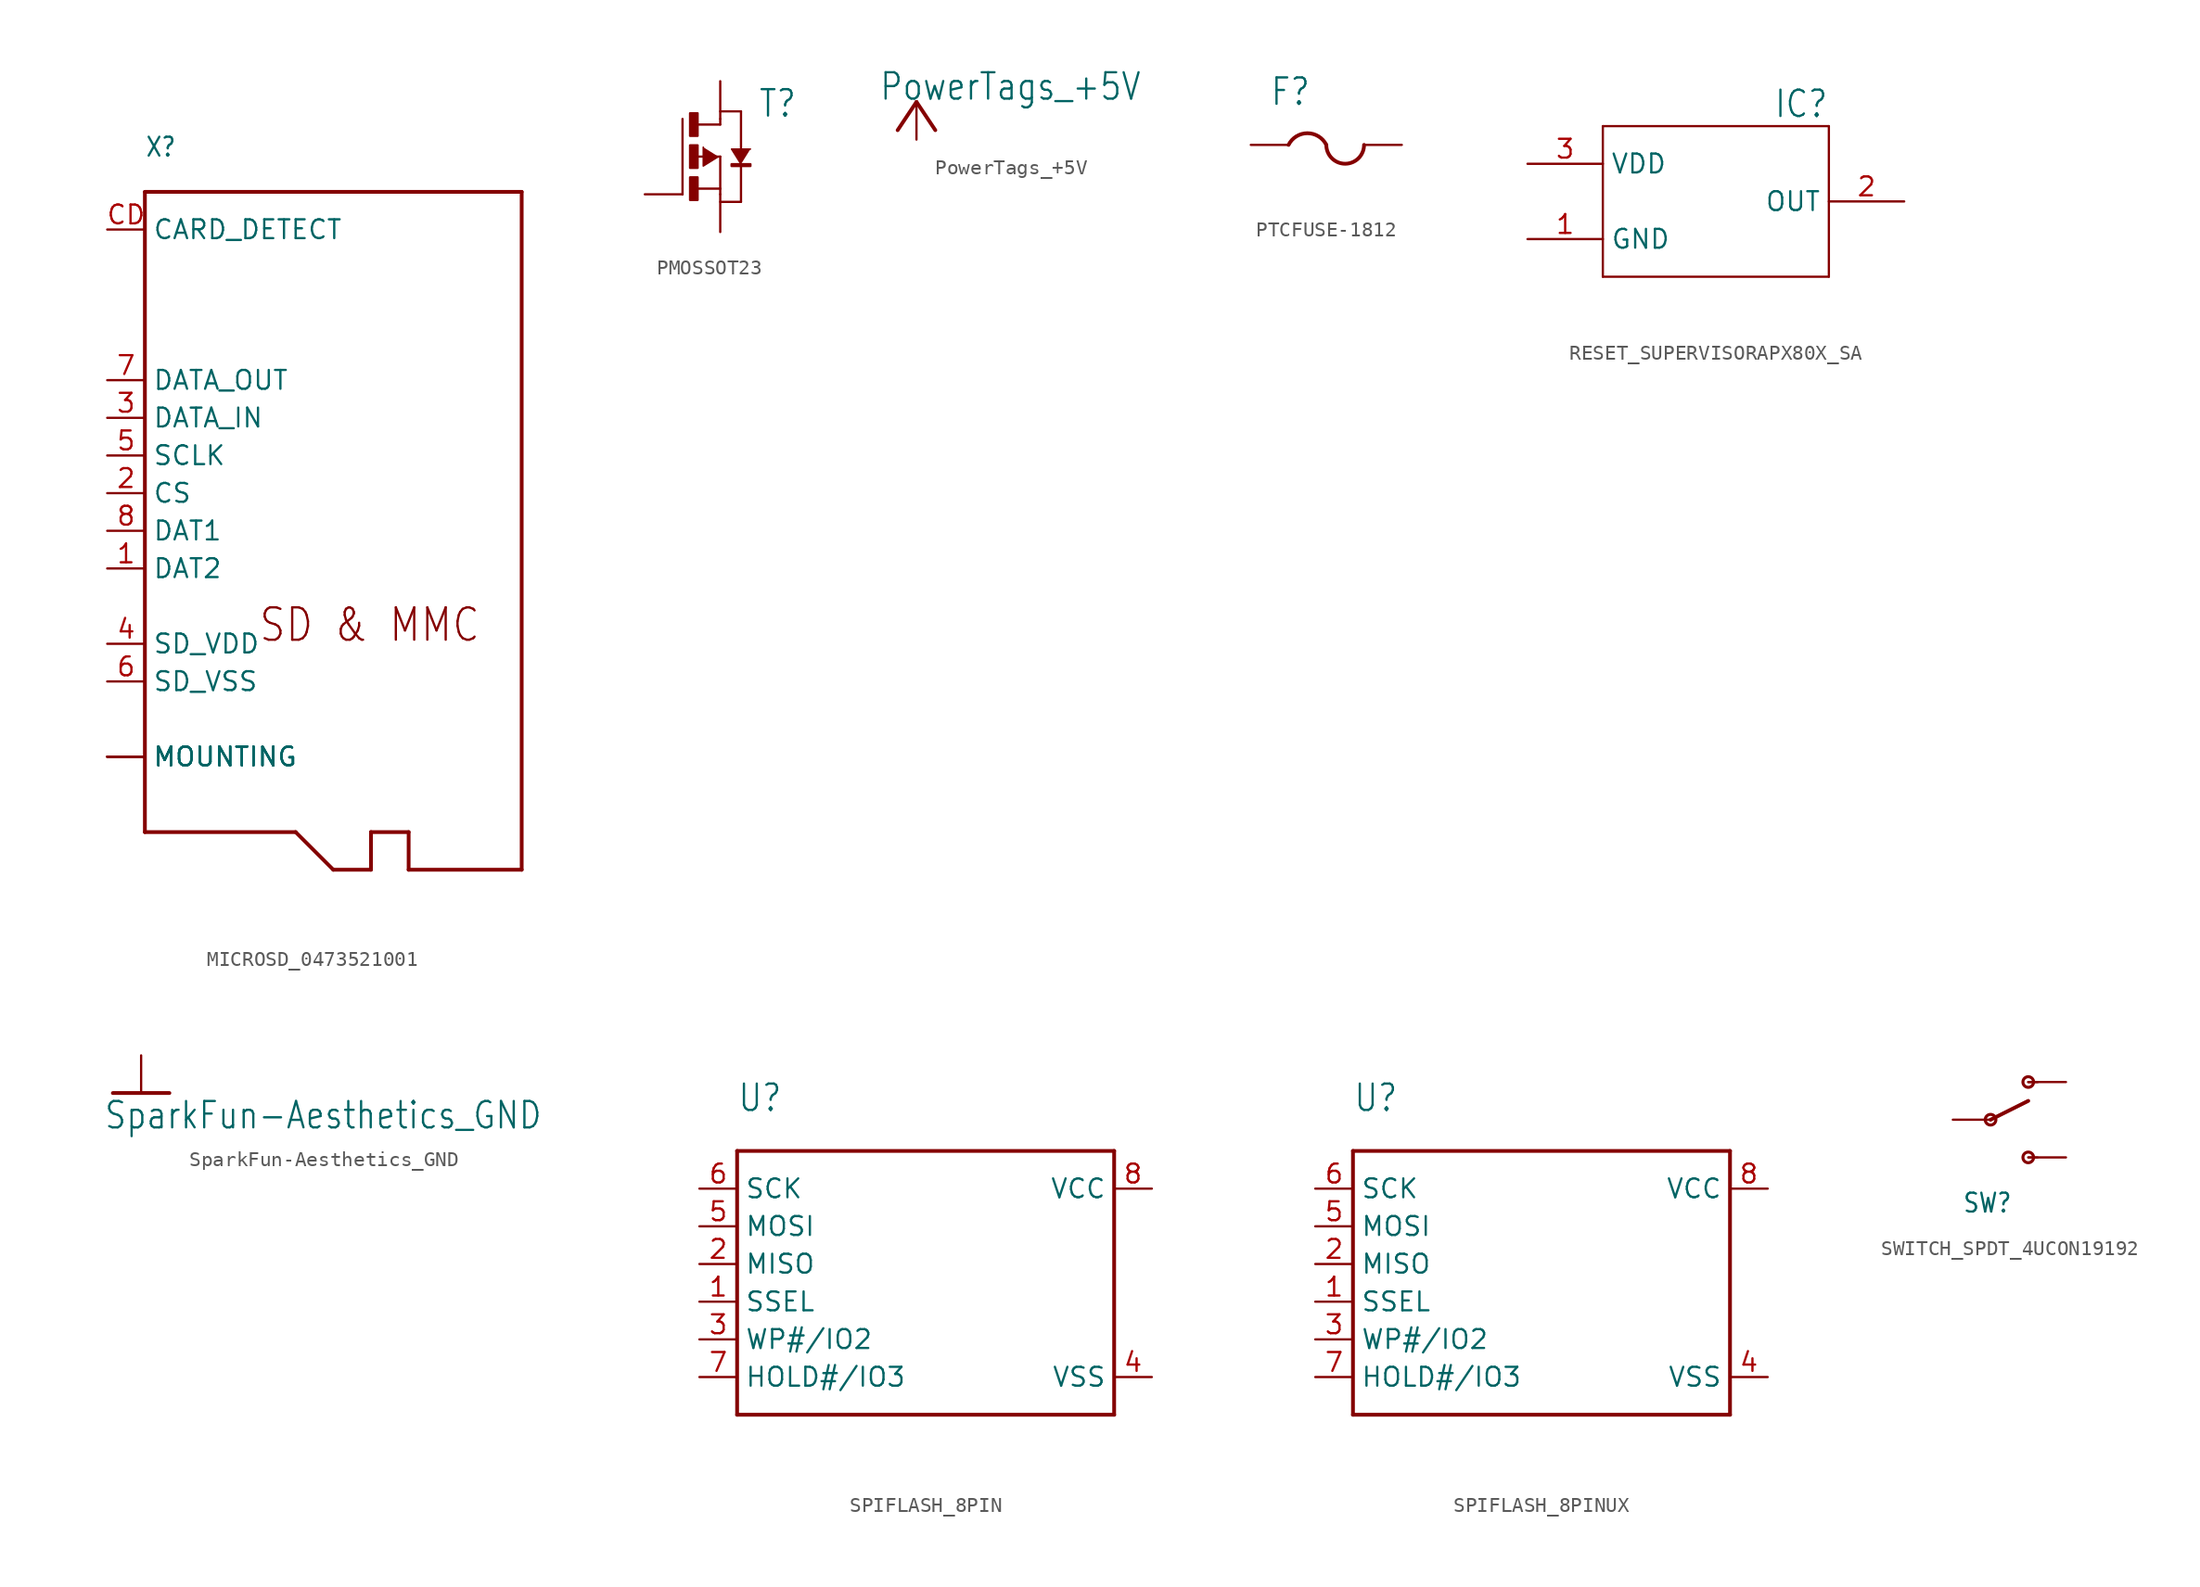
<source format=kicad_sym>
(kicad_symbol_lib
  (version 20220914)
  (generator kicad_symbol_editor)
  (symbol "MICROSD_0473521001"
    (property "Reference" "X"
      (at -12.7 22.606 0)
      (effects (font (size 1.27 1.079)) (justify left bottom)))
    (property "Value" ""
      (at -12.7 20.828 0)
      (effects (font (size 1.27 1.079)) (justify left bottom)))
    (property "ki_locked" ""
      (at 0 0 0)
      (effects (font (size 1.27 1.27))))
    (symbol "MICROSD_0473521001_1_0"
      (polyline (pts (xy -12.7 -22.86) (xy -2.54 -22.86)) (stroke (width 0.254) (type solid)) (fill (type none)))
      (polyline (pts (xy -12.7 20.32) (xy -12.7 -22.86)) (stroke (width 0.254) (type solid)) (fill (type none)))
      (polyline (pts (xy -2.54 -22.86) (xy 0 -25.4)) (stroke (width 0.254) (type solid)) (fill (type none)))
      (polyline (pts (xy 0 -25.4) (xy 2.54 -25.4)) (stroke (width 0.254) (type solid)) (fill (type none)))
      (polyline (pts (xy 2.54 -25.4) (xy 2.54 -22.86)) (stroke (width 0.254) (type solid)) (fill (type none)))
      (polyline (pts (xy 2.54 -22.86) (xy 5.08 -22.86)) (stroke (width 0.254) (type solid)) (fill (type none)))
      (polyline (pts (xy 5.08 -25.4) (xy 12.7 -25.4)) (stroke (width 0.254) (type solid)) (fill (type none)))
      (polyline (pts (xy 5.08 -22.86) (xy 5.08 -25.4)) (stroke (width 0.254) (type solid)) (fill (type none)))
      (polyline (pts (xy 12.7 -25.4) (xy 12.7 20.32)) (stroke (width 0.254) (type solid)) (fill (type none)))
      (polyline (pts (xy 12.7 20.32) (xy -12.7 20.32)) (stroke (width 0.254) (type solid)) (fill (type none)))
      (text "SD & MMC" (at -5.08 -10.16 0) (effects (font (size 2.184 1.857)) (justify left bottom)))
      (pin bidirectional line (at -15.24 -5.08 0) (length 2.54) (name "DAT2" (effects (font (size 1.27 1.27)))) (number "1" (effects (font (size 1.27 1.27)))))
      (pin input line (at -15.24 0 0) (length 2.54) (name "CS" (effects (font (size 1.27 1.27)))) (number "2" (effects (font (size 1.27 1.27)))))
      (pin input line (at -15.24 5.08 0) (length 2.54) (name "DATA_IN" (effects (font (size 1.27 1.27)))) (number "3" (effects (font (size 1.27 1.27)))))
      (pin power_in line (at -15.24 -10.16 0) (length 2.54) (name "SD_VDD" (effects (font (size 1.27 1.27)))) (number "4" (effects (font (size 1.27 1.27)))))
      (pin input line (at -15.24 2.54 0) (length 2.54) (name "SCLK" (effects (font (size 1.27 1.27)))) (number "5" (effects (font (size 1.27 1.27)))))
      (pin power_in line (at -15.24 -12.7 0) (length 2.54) (name "SD_VSS" (effects (font (size 1.27 1.27)))) (number "6" (effects (font (size 1.27 1.27)))))
      (pin output line (at -15.24 7.62 0) (length 2.54) (name "DATA_OUT" (effects (font (size 1.27 1.27)))) (number "7" (effects (font (size 1.27 1.27)))))
      (pin bidirectional line (at -15.24 -2.54 0) (length 2.54) (name "DAT1" (effects (font (size 1.27 1.27)))) (number "8" (effects (font (size 1.27 1.27)))))
      (pin passive line (at -15.24 17.78 0) (length 2.54) (name "CARD_DETECT" (effects (font (size 1.27 1.27)))) (number "CD" (effects (font (size 1.27 1.27)))))
      (pin passive line (at -15.24 -17.78 0) (length 2.54) (name "MOUNTING" (effects (font (size 1.27 1.27)))) (number "MT1" (effects (font (size 0 0)))))
      (pin passive line (at -15.24 -17.78 0) (length 2.54) (name "MOUNTING" (effects (font (size 1.27 1.27)))) (number "MT2" (effects (font (size 0 0)))))
      (pin passive line (at -15.24 -17.78 0) (length 2.54) (name "MOUNTING" (effects (font (size 1.27 1.27)))) (number "MT3" (effects (font (size 0 0)))))
      (pin passive line (at -15.24 -17.78 0) (length 2.54) (name "MOUNTING" (effects (font (size 1.27 1.27)))) (number "MT4" (effects (font (size 0 0)))))))
  (symbol "PMOSSOT23"
    (property "Reference" "T"
      (at 2.54 2.54 0)
      (effects (font (size 1.778 1.511)) (justify left bottom)))
    (property "Value" ""
      (at 2.54 0 0)
      (effects (font (size 1.778 1.511)) (justify left bottom)))
    (property "ki_locked" ""
      (at 0 0 0)
      (effects (font (size 1.27 1.27))))
    (symbol "PMOSSOT23_1_0"
      (rectangle (start -2.032 -2.921) (end -1.524 -1.397) (stroke (width 0) (type default)) (fill (type outline)))
      (rectangle (start -2.032 -0.762) (end -1.524 0.762) (stroke (width 0) (type default)) (fill (type outline)))
      (rectangle (start -2.032 1.397) (end -1.524 2.921) (stroke (width 0) (type default)) (fill (type outline)))
      (polyline (pts (xy -2.54 -2.54) (xy -2.54 2.54)) (stroke (width 0.152) (type solid)) (fill (type none)))
      (polyline (pts (xy -1.651 0) (xy 0 0)) (stroke (width 0.152) (type solid)) (fill (type none)))
      (polyline (pts (xy -1.524 -2.159) (xy 0 -2.159)) (stroke (width 0.152) (type solid)) (fill (type none)))
      (polyline (pts (xy -1.524 2.159) (xy 0 2.159)) (stroke (width 0.152) (type solid)) (fill (type none)))
      (polyline (pts (xy 0 -2.159) (xy 0 -2.54)) (stroke (width 0.152) (type solid)) (fill (type none)))
      (polyline (pts (xy 0 0) (xy 0 -2.159)) (stroke (width 0.152) (type solid)) (fill (type none)))
      (polyline (pts (xy 0 2.159) (xy 0 2.54)) (stroke (width 0.152) (type solid)) (fill (type none)))
      (polyline (pts (xy 0 3.048) (xy 1.397 3.048)) (stroke (width 0.152) (type solid)) (fill (type none)))
      (polyline (pts (xy 1.397 -3.048) (xy 0 -3.048)) (stroke (width 0.152) (type solid)) (fill (type none)))
      (polyline (pts (xy 1.397 -0.508) (xy 1.397 -3.048)) (stroke (width 0.152) (type solid)) (fill (type none)))
      (polyline (pts (xy 1.397 3.048) (xy 1.397 0.381)) (stroke (width 0.152) (type solid)) (fill (type none)))
      (polyline (pts (xy -0.127 0) (xy -1.143 -0.635) (xy -1.143 0.635)) (stroke (width 0.102) (type solid)) (fill (type outline)))
      (polyline (pts (xy 1.397 -0.508) (xy 0.762 0.508) (xy 2.032 0.508)) (stroke (width 0.102) (type solid)) (fill (type outline)))
      (rectangle (start 0.762 -0.635) (end 2.032 -0.508) (stroke (width 0) (type default)) (fill (type outline)))
      (pin passive line (at 0 5.08 270) (length 2.54) (name "D" (effects (font (size 0 0)))) (number "1" (effects (font (size 0 0)))))
      (pin passive line (at 0 -5.08 90) (length 2.54) (name "S" (effects (font (size 0 0)))) (number "2" (effects (font (size 0 0)))))
      (pin passive line (at -5.08 -2.54 0) (length 2.54) (name "G" (effects (font (size 0 0)))) (number "3" (effects (font (size 0 0)))))))
  (symbol "PowerTags_+5V"
    (power)
    (property "Reference" "#P+"
      (at 0 0 0)
      (effects (font (size 1.27 1.27)) hide))
    (property "Value" "PowerTags_+5V"
      (at -2.54 0 0)
      (effects (font (size 1.778 1.511)) (justify left bottom)))
    (property "ki_locked" ""
      (at 0 0 0)
      (effects (font (size 1.27 1.27))))
    (symbol "PowerTags_+5V_1_0"
      (polyline (pts (xy 0 0) (xy -1.27 -1.905)) (stroke (width 0.254) (type solid)) (fill (type none)))
      (polyline (pts (xy 1.27 -1.905) (xy 0 0)) (stroke (width 0.254) (type solid)) (fill (type none)))
      (pin power_in line (at 0 -2.54 90) (length 2.54) (name "+5V" (effects (font (size 0 0)))) (number "1" (effects (font (size 0 0)))))))
  (symbol "PTCFUSE-1812"
    (property "Reference" "F"
      (at -3.81 5.08 0)
      (effects (font (size 1.778 1.511)) (justify left bottom)))
    (property "Value" ""
      (at -3.81 -1.27 0)
      (effects (font (size 1.778 1.511)) (justify left bottom)))
    (property "ki_locked" ""
      (at 0 0 0)
      (effects (font (size 1.27 1.27))))
    (symbol "PTCFUSE-1812_1_0"
      (arc (start 0 2.54) (mid -1.27 3.3249) (end -2.54 2.54) (stroke (width 0.254) (type solid)) (fill (type none)))
      (arc (start 0 2.54) (mid 1.27 1.27) (end 2.54 2.54) (stroke (width 0.254) (type solid)) (fill (type none)))
      (pin passive line (at -5.08 2.54 0) (length 2.54) (name "1" (effects (font (size 0 0)))) (number "1" (effects (font (size 0 0)))))
      (pin passive line (at 5.08 2.54 180) (length 2.54) (name "2" (effects (font (size 0 0)))) (number "2" (effects (font (size 0 0)))))))
  (symbol "RESET_SUPERVISORAPX80X_SA"
    (property "Reference" "IC"
      (at 7.62 7.62 0)
      (effects (font (size 1.778 1.511)) (justify right top)))
    (property "Value" ""
      (at -7.62 -7.62 0)
      (effects (font (size 1.778 1.511)) (justify left bottom)))
    (property "ki_locked" ""
      (at 0 0 0)
      (effects (font (size 1.27 1.27))))
    (symbol "RESET_SUPERVISORAPX80X_SA_1_0"
      (polyline (pts (xy -7.62 -5.08) (xy -7.62 5.08)) (stroke (width 0.152) (type solid)) (fill (type none)))
      (polyline (pts (xy -7.62 5.08) (xy 7.62 5.08)) (stroke (width 0.152) (type solid)) (fill (type none)))
      (polyline (pts (xy 7.62 -5.08) (xy -7.62 -5.08)) (stroke (width 0.152) (type solid)) (fill (type none)))
      (polyline (pts (xy 7.62 5.08) (xy 7.62 -5.08)) (stroke (width 0.152) (type solid)) (fill (type none)))
      (pin power_in line (at -12.7 -2.54 0) (length 5.08) (name "GND" (effects (font (size 1.27 1.27)))) (number "1" (effects (font (size 1.27 1.27)))))
      (pin output line (at 12.7 0 180) (length 5.08) (name "OUT" (effects (font (size 1.27 1.27)))) (number "2" (effects (font (size 1.27 1.27)))))
      (pin power_in line (at -12.7 2.54 0) (length 5.08) (name "VDD" (effects (font (size 1.27 1.27)))) (number "3" (effects (font (size 1.27 1.27)))))))
  (symbol "SparkFun-Aesthetics_GND"
    (power)
    (property "Reference" "#GND"
      (at 0 0 0)
      (effects (font (size 1.27 1.27)) hide))
    (property "Value" "SparkFun-Aesthetics_GND"
      (at -2.54 -2.54 0)
      (effects (font (size 1.778 1.511)) (justify left bottom)))
    (property "ki_locked" ""
      (at 0 0 0)
      (effects (font (size 1.27 1.27))))
    (symbol "SparkFun-Aesthetics_GND_1_0"
      (polyline (pts (xy -1.905 0) (xy 1.905 0)) (stroke (width 0.254) (type solid)) (fill (type none)))
      (pin power_in line (at 0 2.54 270) (length 2.54) (name "GND" (effects (font (size 0 0)))) (number "1" (effects (font (size 0 0)))))))
  (symbol "SPIFLASH_8PIN"
    (property "Reference" "U"
      (at -12.7 12.7 0)
      (effects (font (size 1.778 1.511)) (justify left bottom)))
    (property "Value" ""
      (at -12.7 -10.16 0)
      (effects (font (size 1.778 1.511)) (justify left bottom)))
    (property "ki_locked" ""
      (at 0 0 0)
      (effects (font (size 1.27 1.27))))
    (symbol "SPIFLASH_8PIN_1_0"
      (polyline (pts (xy -12.7 -7.62) (xy -12.7 10.16)) (stroke (width 0.254) (type solid)) (fill (type none)))
      (polyline (pts (xy -12.7 10.16) (xy 12.7 10.16)) (stroke (width 0.254) (type solid)) (fill (type none)))
      (polyline (pts (xy 12.7 -7.62) (xy -12.7 -7.62)) (stroke (width 0.254) (type solid)) (fill (type none)))
      (polyline (pts (xy 12.7 10.16) (xy 12.7 -7.62)) (stroke (width 0.254) (type solid)) (fill (type none)))
      (pin bidirectional line (at -15.24 0 0) (length 2.54) (name "SSEL" (effects (font (size 1.27 1.27)))) (number "1" (effects (font (size 1.27 1.27)))))
      (pin bidirectional line (at -15.24 2.54 0) (length 2.54) (name "MISO" (effects (font (size 1.27 1.27)))) (number "2" (effects (font (size 1.27 1.27)))))
      (pin bidirectional line (at -15.24 -2.54 0) (length 2.54) (name "WP#/IO2" (effects (font (size 1.27 1.27)))) (number "3" (effects (font (size 1.27 1.27)))))
      (pin bidirectional line (at 15.24 -5.08 180) (length 2.54) (name "VSS" (effects (font (size 1.27 1.27)))) (number "4" (effects (font (size 1.27 1.27)))))
      (pin bidirectional line (at -15.24 5.08 0) (length 2.54) (name "MOSI" (effects (font (size 1.27 1.27)))) (number "5" (effects (font (size 1.27 1.27)))))
      (pin bidirectional line (at -15.24 7.62 0) (length 2.54) (name "SCK" (effects (font (size 1.27 1.27)))) (number "6" (effects (font (size 1.27 1.27)))))
      (pin bidirectional line (at -15.24 -5.08 0) (length 2.54) (name "HOLD#/IO3" (effects (font (size 1.27 1.27)))) (number "7" (effects (font (size 1.27 1.27)))))
      (pin bidirectional line (at 15.24 7.62 180) (length 2.54) (name "VCC" (effects (font (size 1.27 1.27)))) (number "8" (effects (font (size 1.27 1.27)))))))
  (symbol "SPIFLASH_8PINUX"
    (property "Reference" "U"
      (at -12.7 12.7 0)
      (effects (font (size 1.778 1.511)) (justify left bottom)))
    (property "Value" ""
      (at -12.7 -10.16 0)
      (effects (font (size 1.778 1.511)) (justify left bottom)))
    (property "ki_locked" ""
      (at 0 0 0)
      (effects (font (size 1.27 1.27))))
    (symbol "SPIFLASH_8PINUX_1_0"
      (polyline (pts (xy -12.7 -7.62) (xy -12.7 10.16)) (stroke (width 0.254) (type solid)) (fill (type none)))
      (polyline (pts (xy -12.7 10.16) (xy 12.7 10.16)) (stroke (width 0.254) (type solid)) (fill (type none)))
      (polyline (pts (xy 12.7 -7.62) (xy -12.7 -7.62)) (stroke (width 0.254) (type solid)) (fill (type none)))
      (polyline (pts (xy 12.7 10.16) (xy 12.7 -7.62)) (stroke (width 0.254) (type solid)) (fill (type none)))
      (pin bidirectional line (at -15.24 0 0) (length 2.54) (name "SSEL" (effects (font (size 1.27 1.27)))) (number "1" (effects (font (size 1.27 1.27)))))
      (pin bidirectional line (at -15.24 2.54 0) (length 2.54) (name "MISO" (effects (font (size 1.27 1.27)))) (number "2" (effects (font (size 1.27 1.27)))))
      (pin bidirectional line (at -15.24 -2.54 0) (length 2.54) (name "WP#/IO2" (effects (font (size 1.27 1.27)))) (number "3" (effects (font (size 1.27 1.27)))))
      (pin bidirectional line (at 15.24 -5.08 180) (length 2.54) (name "VSS" (effects (font (size 1.27 1.27)))) (number "4" (effects (font (size 1.27 1.27)))))
      (pin bidirectional line (at -15.24 5.08 0) (length 2.54) (name "MOSI" (effects (font (size 1.27 1.27)))) (number "5" (effects (font (size 1.27 1.27)))))
      (pin bidirectional line (at -15.24 7.62 0) (length 2.54) (name "SCK" (effects (font (size 1.27 1.27)))) (number "6" (effects (font (size 1.27 1.27)))))
      (pin bidirectional line (at -15.24 -5.08 0) (length 2.54) (name "HOLD#/IO3" (effects (font (size 1.27 1.27)))) (number "7" (effects (font (size 1.27 1.27)))))
      (pin bidirectional line (at 15.24 7.62 180) (length 2.54) (name "VCC" (effects (font (size 1.27 1.27)))) (number "8" (effects (font (size 1.27 1.27)))))))
  (symbol "SWITCH_SPDT_4UCON19192"
    (property "Reference" "SW"
      (at -4.445 -6.35 0)
      (effects (font (size 1.27 1.079)) (justify left bottom)))
    (property "Value" ""
      (at -5.08 3.81 0)
      (effects (font (size 1.27 1.079)) (justify left bottom)))
    (property "ki_locked" ""
      (at 0 0 0)
      (effects (font (size 1.27 1.27))))
    (symbol "SWITCH_SPDT_4UCON19192_1_0"
      (circle (center -2.54 0) (radius 0.359) (stroke (width 0.203) (type solid)) (fill (type none)))
      (circle (center 0 -2.54) (radius 0.359) (stroke (width 0.203) (type solid)) (fill (type none)))
      (polyline (pts (xy -2.54 0) (xy 0 1.27)) (stroke (width 0.254) (type solid)) (fill (type none)))
      (polyline (pts (xy 0 -2.54) (xy 0.635 -2.54)) (stroke (width 0.127) (type solid)) (fill (type none)))
      (polyline (pts (xy 0 2.54) (xy 0.635 2.54)) (stroke (width 0.152) (type solid)) (fill (type none)))
      (circle (center 0 2.54) (radius 0.359) (stroke (width 0.203) (type solid)) (fill (type none)))
      (pin passive line (at 2.54 2.54 180) (length 2.54) (name "O" (effects (font (size 0 0)))) (number "A" (effects (font (size 0 0)))))
      (pin passive line (at 2.54 -2.54 180) (length 2.54) (name "S" (effects (font (size 0 0)))) (number "B" (effects (font (size 0 0)))))
      (pin passive line (at -5.08 0 0) (length 2.54) (name "P" (effects (font (size 0 0)))) (number "COM" (effects (font (size 0 0))))))))
</source>
